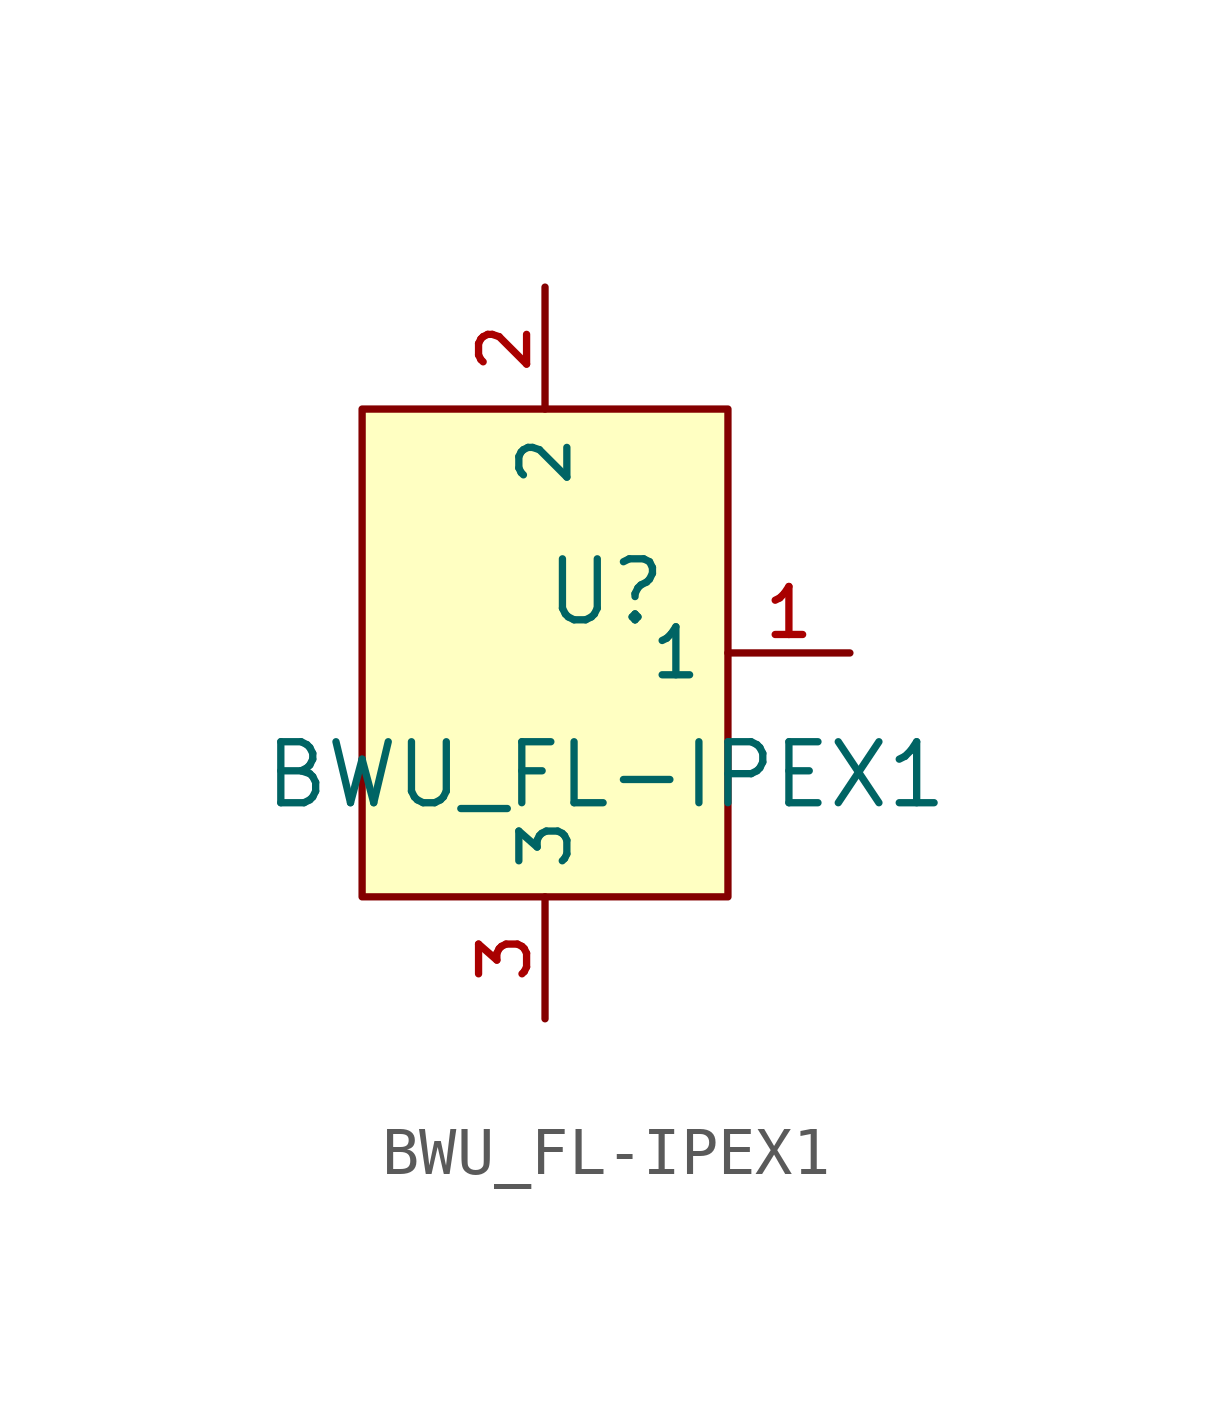
<source format=kicad_sym>
(kicad_symbol_lib
  (version 20210201)
  (generator TousstNicolas/JLC2KiCad_lib)
  (symbol "BWU_FL-IPEX1"
    (property "Reference" "U"
      (at 0 1.27 0)
      (effects (font (size 1.27 1.27))))
    (property "Value" "BWU_FL-IPEX1"
      (at 0 -2.54 0)
      (effects (font (size 1.27 1.27))))
    (symbol "BWU_FL-IPEX1_0_1"
      (rectangle (start -5.08 5.08) (end 2.54 -5.08) (stroke (width 0) (type default) (color 0 0 0 0)) (fill (type background)))
      (pin unspecified line (at -1.27 7.62 270) (length 2.54) (name "2" (effects (font (size 1 1)))) (number "2" (effects (font (size 1 1)))))
      (pin unspecified line (at -1.27 -7.62 90) (length 2.54) (name "3" (effects (font (size 1 1)))) (number "3" (effects (font (size 1 1)))))
      (pin unspecified line (at 5.08 -0.0 180) (length 2.54) (name "1" (effects (font (size 1 1)))) (number "1" (effects (font (size 1 1))))))))
</source>
